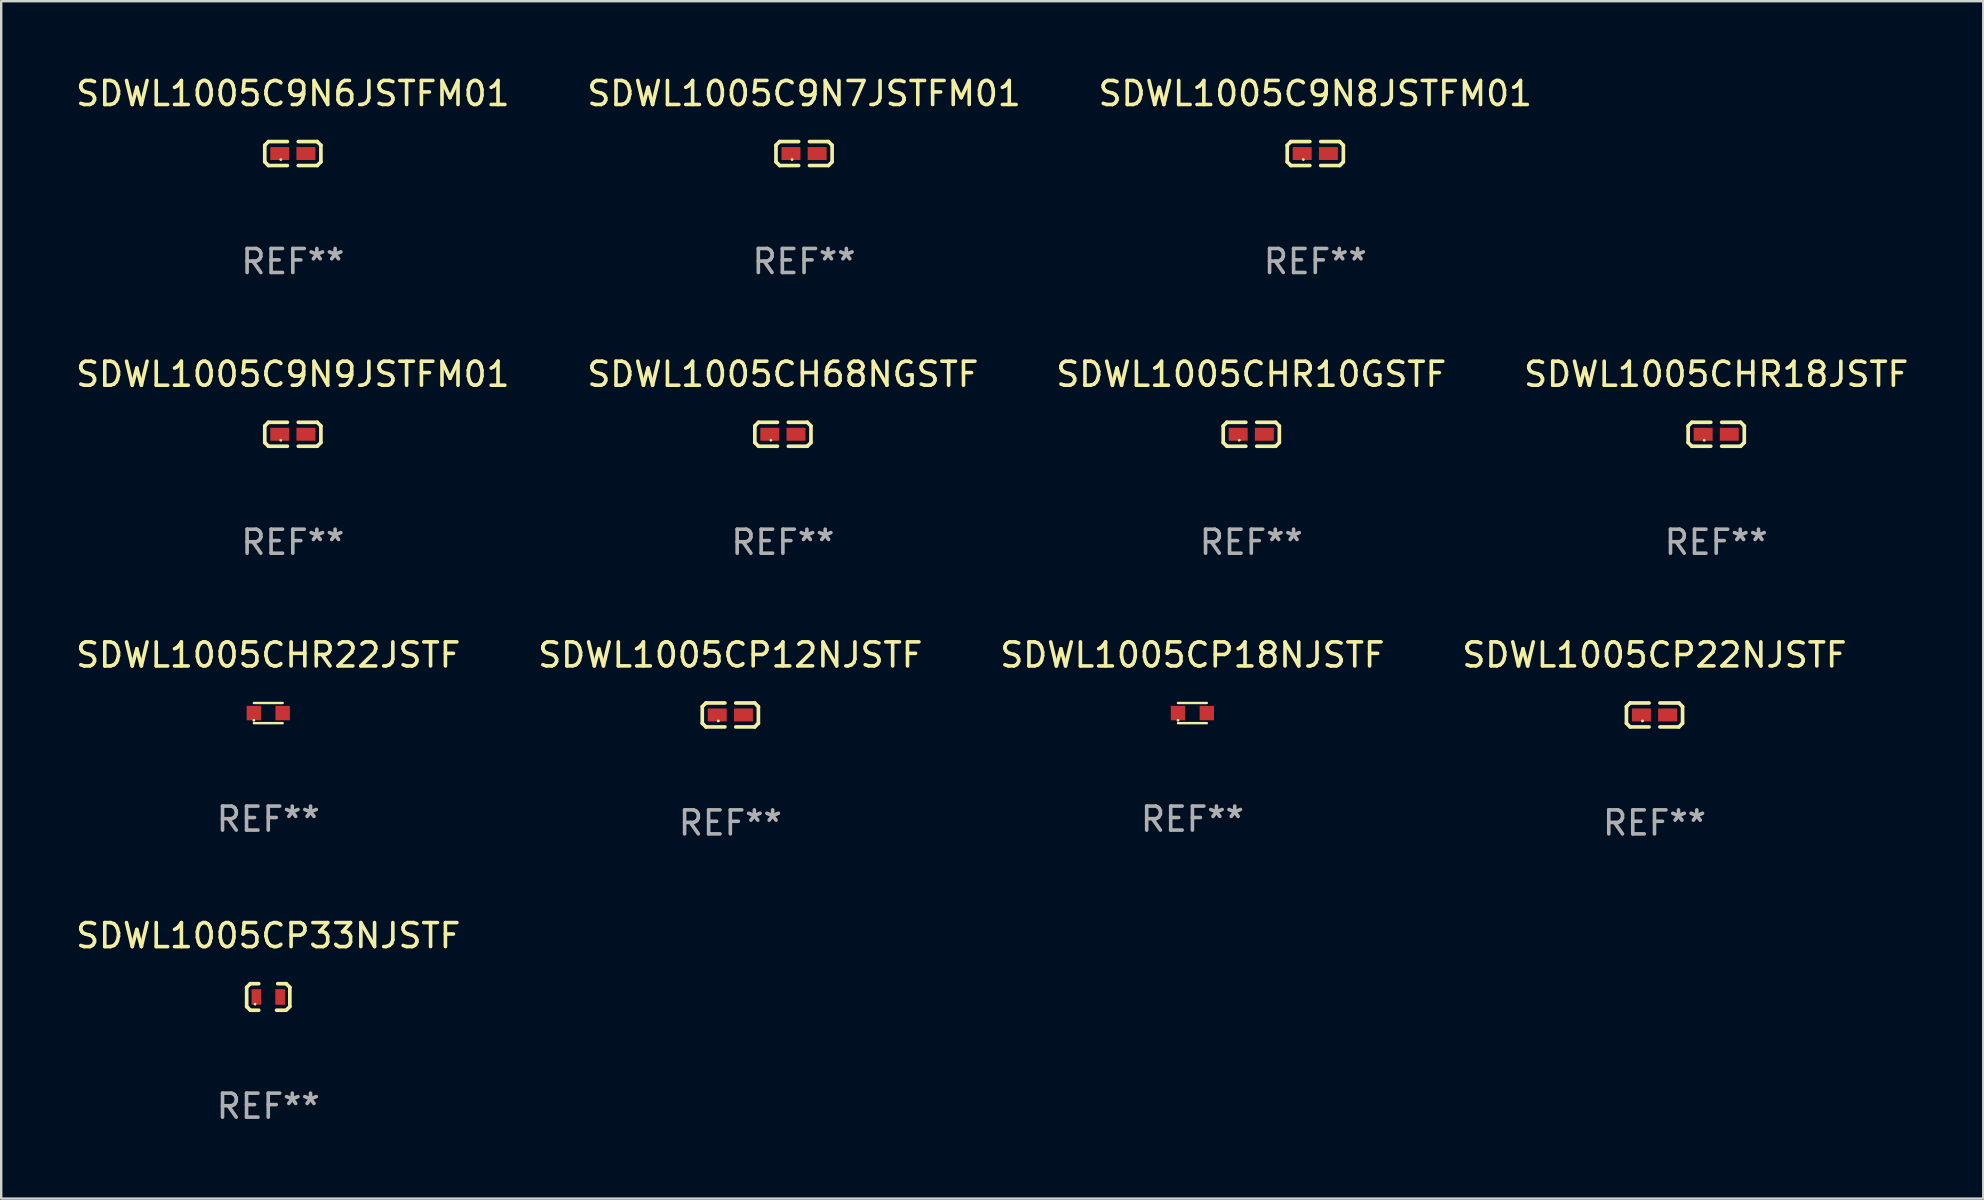
<source format=kicad_pcb>
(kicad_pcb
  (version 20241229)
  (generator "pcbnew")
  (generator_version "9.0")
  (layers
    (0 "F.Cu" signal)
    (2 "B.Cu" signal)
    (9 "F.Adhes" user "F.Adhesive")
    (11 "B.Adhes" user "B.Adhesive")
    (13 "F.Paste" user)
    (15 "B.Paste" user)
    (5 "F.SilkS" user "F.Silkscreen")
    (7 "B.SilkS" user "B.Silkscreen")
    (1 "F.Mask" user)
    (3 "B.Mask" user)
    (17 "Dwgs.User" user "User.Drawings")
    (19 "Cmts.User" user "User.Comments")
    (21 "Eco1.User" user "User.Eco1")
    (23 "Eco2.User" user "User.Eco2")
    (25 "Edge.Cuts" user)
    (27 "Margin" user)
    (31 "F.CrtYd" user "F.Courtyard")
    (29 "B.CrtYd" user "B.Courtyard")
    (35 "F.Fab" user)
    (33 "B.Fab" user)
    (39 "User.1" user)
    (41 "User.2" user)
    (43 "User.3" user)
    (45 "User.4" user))
  (footprint "SDWL1005CHR10GSTF"
    (layer "F.Cu")
    (at 49.077 15.041)
    (property "Reference" "SDWL1005CHR10GSTF" (at 0 -2.499 0) (layer "F.SilkS") (effects (font (size 1 1) (thickness 0.15))))
    (attr through_hole)
    (fp_line (start -1.169 -0.346) (end -1.016 -0.499) (stroke (width 0.152) (type solid)) (layer "F.SilkS"))
    (fp_line (start -1.169 0.346) (end -1.169 -0.346) (stroke (width 0.152) (type solid)) (layer "F.SilkS"))
    (fp_line (start -1.016 -0.499) (end -0.226 -0.499) (stroke (width 0.152) (type solid)) (layer "F.SilkS"))
    (fp_line (start -1.016 0.499) (end -1.169 0.346) (stroke (width 0.152) (type solid)) (layer "F.SilkS"))
    (fp_line (start -0.226 0.499) (end -1.016 0.499) (stroke (width 0.152) (type solid)) (layer "F.SilkS"))
    (fp_line (start 0.226 0.499) (end 1.016 0.499) (stroke (width 0.152) (type solid)) (layer "F.SilkS"))
    (fp_line (start 1.016 -0.499) (end 0.226 -0.499) (stroke (width 0.152) (type solid)) (layer "F.SilkS"))
    (fp_line (start 1.016 0.499) (end 1.169 0.346) (stroke (width 0.152) (type solid)) (layer "F.SilkS"))
    (fp_line (start 1.169 -0.346) (end 1.016 -0.499) (stroke (width 0.152) (type solid)) (layer "F.SilkS"))
    (fp_line (start 1.169 0.346) (end 1.169 -0.346) (stroke (width 0.152) (type solid)) (layer "F.SilkS"))
    (fp_circle (center -0.5 0.25) (end -0.47 0.25) (stroke (width 0.06) (type solid)) (fill no) (layer "F.SilkS"))
    (fp_text user "REF**" (at 0 4.499 0) (layer "F.Fab") (effects (font (size 1 1) (thickness 0.15))))
    (pad "1" smd rect (at -0.545 0) (size 0.79 0.54) (layers "F.Cu" "F.Mask" "F.Paste"))
    (pad "2" smd rect (at 0.545 0) (size 0.79 0.54) (layers "F.Cu" "F.Mask" "F.Paste")))
  (footprint "SDWL1005CP12NJSTF"
    (layer "F.Cu")
    (at 27.375 26.734)
    (property "Reference" "SDWL1005CP12NJSTF" (at 0 -2.499 0) (layer "F.SilkS") (effects (font (size 1 1) (thickness 0.15))))
    (attr through_hole)
    (fp_line (start -1.169 -0.346) (end -1.016 -0.499) (stroke (width 0.152) (type solid)) (layer "F.SilkS"))
    (fp_line (start -1.169 0.346) (end -1.169 -0.346) (stroke (width 0.152) (type solid)) (layer "F.SilkS"))
    (fp_line (start -1.016 -0.499) (end -0.226 -0.499) (stroke (width 0.152) (type solid)) (layer "F.SilkS"))
    (fp_line (start -1.016 0.499) (end -1.169 0.346) (stroke (width 0.152) (type solid)) (layer "F.SilkS"))
    (fp_line (start -0.226 0.499) (end -1.016 0.499) (stroke (width 0.152) (type solid)) (layer "F.SilkS"))
    (fp_line (start 0.226 0.499) (end 1.016 0.499) (stroke (width 0.152) (type solid)) (layer "F.SilkS"))
    (fp_line (start 1.016 -0.499) (end 0.226 -0.499) (stroke (width 0.152) (type solid)) (layer "F.SilkS"))
    (fp_line (start 1.016 0.499) (end 1.169 0.346) (stroke (width 0.152) (type solid)) (layer "F.SilkS"))
    (fp_line (start 1.169 -0.346) (end 1.016 -0.499) (stroke (width 0.152) (type solid)) (layer "F.SilkS"))
    (fp_line (start 1.169 0.346) (end 1.169 -0.346) (stroke (width 0.152) (type solid)) (layer "F.SilkS"))
    (fp_circle (center -0.5 0.25) (end -0.47 0.25) (stroke (width 0.06) (type solid)) (fill no) (layer "F.SilkS"))
    (fp_text user "REF**" (at 0 4.499 0) (layer "F.Fab") (effects (font (size 1 1) (thickness 0.15))))
    (pad "1" smd rect (at -0.545 0) (size 0.79 0.54) (layers "F.Cu" "F.Mask" "F.Paste"))
    (pad "2" smd rect (at 0.545 0) (size 0.79 0.54) (layers "F.Cu" "F.Mask" "F.Paste")))
  (footprint "SDWL1005CH68NGSTF"
    (layer "F.Cu")
    (at 29.565 15.041)
    (property "Reference" "SDWL1005CH68NGSTF" (at 0 -2.499 0) (layer "F.SilkS") (effects (font (size 1 1) (thickness 0.15))))
    (attr through_hole)
    (fp_line (start -1.169 -0.346) (end -1.016 -0.499) (stroke (width 0.152) (type solid)) (layer "F.SilkS"))
    (fp_line (start -1.169 0.346) (end -1.169 -0.346) (stroke (width 0.152) (type solid)) (layer "F.SilkS"))
    (fp_line (start -1.016 -0.499) (end -0.226 -0.499) (stroke (width 0.152) (type solid)) (layer "F.SilkS"))
    (fp_line (start -1.016 0.499) (end -1.169 0.346) (stroke (width 0.152) (type solid)) (layer "F.SilkS"))
    (fp_line (start -0.226 0.499) (end -1.016 0.499) (stroke (width 0.152) (type solid)) (layer "F.SilkS"))
    (fp_line (start 0.226 0.499) (end 1.016 0.499) (stroke (width 0.152) (type solid)) (layer "F.SilkS"))
    (fp_line (start 1.016 -0.499) (end 0.226 -0.499) (stroke (width 0.152) (type solid)) (layer "F.SilkS"))
    (fp_line (start 1.016 0.499) (end 1.169 0.346) (stroke (width 0.152) (type solid)) (layer "F.SilkS"))
    (fp_line (start 1.169 -0.346) (end 1.016 -0.499) (stroke (width 0.152) (type solid)) (layer "F.SilkS"))
    (fp_line (start 1.169 0.346) (end 1.169 -0.346) (stroke (width 0.152) (type solid)) (layer "F.SilkS"))
    (fp_circle (center -0.5 0.25) (end -0.47 0.25) (stroke (width 0.06) (type solid)) (fill no) (layer "F.SilkS"))
    (fp_text user "REF**" (at 0 4.499 0) (layer "F.Fab") (effects (font (size 1 1) (thickness 0.15))))
    (pad "1" smd rect (at -0.545 0) (size 0.79 0.54) (layers "F.Cu" "F.Mask" "F.Paste"))
    (pad "2" smd rect (at 0.545 0) (size 0.79 0.54) (layers "F.Cu" "F.Mask" "F.Paste")))
  (footprint "SDWL1005CHR18JSTF"
    (layer "F.Cu")
    (at 68.446 15.041)
    (property "Reference" "SDWL1005CHR18JSTF" (at 0 -2.499 0) (layer "F.SilkS") (effects (font (size 1 1) (thickness 0.15))))
    (attr through_hole)
    (fp_line (start -1.169 -0.346) (end -1.016 -0.499) (stroke (width 0.152) (type solid)) (layer "F.SilkS"))
    (fp_line (start -1.169 0.346) (end -1.169 -0.346) (stroke (width 0.152) (type solid)) (layer "F.SilkS"))
    (fp_line (start -1.016 -0.499) (end -0.226 -0.499) (stroke (width 0.152) (type solid)) (layer "F.SilkS"))
    (fp_line (start -1.016 0.499) (end -1.169 0.346) (stroke (width 0.152) (type solid)) (layer "F.SilkS"))
    (fp_line (start -0.226 0.499) (end -1.016 0.499) (stroke (width 0.152) (type solid)) (layer "F.SilkS"))
    (fp_line (start 0.226 0.499) (end 1.016 0.499) (stroke (width 0.152) (type solid)) (layer "F.SilkS"))
    (fp_line (start 1.016 -0.499) (end 0.226 -0.499) (stroke (width 0.152) (type solid)) (layer "F.SilkS"))
    (fp_line (start 1.016 0.499) (end 1.169 0.346) (stroke (width 0.152) (type solid)) (layer "F.SilkS"))
    (fp_line (start 1.169 -0.346) (end 1.016 -0.499) (stroke (width 0.152) (type solid)) (layer "F.SilkS"))
    (fp_line (start 1.169 0.346) (end 1.169 -0.346) (stroke (width 0.152) (type solid)) (layer "F.SilkS"))
    (fp_circle (center -0.5 0.25) (end -0.47 0.25) (stroke (width 0.06) (type solid)) (fill no) (layer "F.SilkS"))
    (fp_text user "REF**" (at 0 4.499 0) (layer "F.Fab") (effects (font (size 1 1) (thickness 0.15))))
    (pad "1" smd rect (at -0.545 0) (size 0.79 0.54) (layers "F.Cu" "F.Mask" "F.Paste"))
    (pad "2" smd rect (at 0.545 0) (size 0.79 0.54) (layers "F.Cu" "F.Mask" "F.Paste")))
  (footprint "SDWL1005CHR22JSTF"
    (layer "F.Cu")
    (at 8.125 26.656)
    (property "Reference" "SDWL1005CHR22JSTF" (at 0 -2.42 0) (layer "F.SilkS") (effects (font (size 1 1) (thickness 0.15))))
    (attr through_hole)
    (fp_line (start -0.6 -0.42) (end 0.6 -0.42) (stroke (width 0.1) (type solid)) (layer "F.SilkS"))
    (fp_line (start -0.6 0.42) (end 0.6 0.42) (stroke (width 0.1) (type solid)) (layer "F.SilkS"))
    (fp_circle (center -0.6 0.3) (end -0.57 0.3) (stroke (width 0.06) (type solid)) (fill no) (layer "F.SilkS"))
    (fp_text user "REF**" (at 0 4.42 0) (layer "F.Fab") (effects (font (size 1 1) (thickness 0.15))))
    (pad "1" smd rect (at -0.6 0) (size 0.6 0.6) (layers "F.Cu" "F.Mask" "F.Paste"))
    (pad "2" smd rect (at 0.6 0) (size 0.6 0.6) (layers "F.Cu" "F.Mask" "F.Paste")))
  (footprint "SDWL1005CP18NJSTF"
    (layer "F.Cu")
    (at 46.625 26.656)
    (property "Reference" "SDWL1005CP18NJSTF" (at 0 -2.42 0) (layer "F.SilkS") (effects (font (size 1 1) (thickness 0.15))))
    (attr through_hole)
    (fp_line (start -0.6 -0.42) (end 0.6 -0.42) (stroke (width 0.1) (type solid)) (layer "F.SilkS"))
    (fp_line (start -0.6 0.42) (end 0.6 0.42) (stroke (width 0.1) (type solid)) (layer "F.SilkS"))
    (fp_circle (center -0.6 0.3) (end -0.57 0.3) (stroke (width 0.06) (type solid)) (fill no) (layer "F.SilkS"))
    (fp_text user "REF**" (at 0 4.42 0) (layer "F.Fab") (effects (font (size 1 1) (thickness 0.15))))
    (pad "1" smd rect (at -0.6 0) (size 0.6 0.6) (layers "F.Cu" "F.Mask" "F.Paste"))
    (pad "2" smd rect (at 0.6 0) (size 0.6 0.6) (layers "F.Cu" "F.Mask" "F.Paste")))
  (footprint "SDWL1005CP22NJSTF"
    (layer "F.Cu")
    (at 65.875 26.734)
    (property "Reference" "SDWL1005CP22NJSTF" (at 0 -2.499 0) (layer "F.SilkS") (effects (font (size 1 1) (thickness 0.15))))
    (attr through_hole)
    (fp_line (start -1.169 -0.346) (end -1.016 -0.499) (stroke (width 0.152) (type solid)) (layer "F.SilkS"))
    (fp_line (start -1.169 0.346) (end -1.169 -0.346) (stroke (width 0.152) (type solid)) (layer "F.SilkS"))
    (fp_line (start -1.016 -0.499) (end -0.226 -0.499) (stroke (width 0.152) (type solid)) (layer "F.SilkS"))
    (fp_line (start -1.016 0.499) (end -1.169 0.346) (stroke (width 0.152) (type solid)) (layer "F.SilkS"))
    (fp_line (start -0.226 0.499) (end -1.016 0.499) (stroke (width 0.152) (type solid)) (layer "F.SilkS"))
    (fp_line (start 0.226 0.499) (end 1.016 0.499) (stroke (width 0.152) (type solid)) (layer "F.SilkS"))
    (fp_line (start 1.016 -0.499) (end 0.226 -0.499) (stroke (width 0.152) (type solid)) (layer "F.SilkS"))
    (fp_line (start 1.016 0.499) (end 1.169 0.346) (stroke (width 0.152) (type solid)) (layer "F.SilkS"))
    (fp_line (start 1.169 -0.346) (end 1.016 -0.499) (stroke (width 0.152) (type solid)) (layer "F.SilkS"))
    (fp_line (start 1.169 0.346) (end 1.169 -0.346) (stroke (width 0.152) (type solid)) (layer "F.SilkS"))
    (fp_circle (center -0.5 0.25) (end -0.47 0.25) (stroke (width 0.06) (type solid)) (fill no) (layer "F.SilkS"))
    (fp_text user "REF**" (at 0 4.499 0) (layer "F.Fab") (effects (font (size 1 1) (thickness 0.15))))
    (pad "1" smd rect (at -0.545 0) (size 0.79 0.54) (layers "F.Cu" "F.Mask" "F.Paste"))
    (pad "2" smd rect (at 0.545 0) (size 0.79 0.54) (layers "F.Cu" "F.Mask" "F.Paste")))
  (footprint "SDWL1005C9N6JSTFM01"
    (layer "F.Cu")
    (at 9.149 3.347)
    (property "Reference" "SDWL1005C9N6JSTFM01" (at 0 -2.499 0) (layer "F.SilkS") (effects (font (size 1 1) (thickness 0.15))))
    (attr through_hole)
    (fp_line (start -1.169 -0.346) (end -1.016 -0.499) (stroke (width 0.152) (type solid)) (layer "F.SilkS"))
    (fp_line (start -1.169 0.346) (end -1.169 -0.346) (stroke (width 0.152) (type solid)) (layer "F.SilkS"))
    (fp_line (start -1.016 -0.499) (end -0.226 -0.499) (stroke (width 0.152) (type solid)) (layer "F.SilkS"))
    (fp_line (start -1.016 0.499) (end -1.169 0.346) (stroke (width 0.152) (type solid)) (layer "F.SilkS"))
    (fp_line (start -0.226 0.499) (end -1.016 0.499) (stroke (width 0.152) (type solid)) (layer "F.SilkS"))
    (fp_line (start 0.226 0.499) (end 1.016 0.499) (stroke (width 0.152) (type solid)) (layer "F.SilkS"))
    (fp_line (start 1.016 -0.499) (end 0.226 -0.499) (stroke (width 0.152) (type solid)) (layer "F.SilkS"))
    (fp_line (start 1.016 0.499) (end 1.169 0.346) (stroke (width 0.152) (type solid)) (layer "F.SilkS"))
    (fp_line (start 1.169 -0.346) (end 1.016 -0.499) (stroke (width 0.152) (type solid)) (layer "F.SilkS"))
    (fp_line (start 1.169 0.346) (end 1.169 -0.346) (stroke (width 0.152) (type solid)) (layer "F.SilkS"))
    (fp_circle (center -0.5 0.25) (end -0.47 0.25) (stroke (width 0.06) (type solid)) (fill no) (layer "F.SilkS"))
    (fp_text user "REF**" (at 0 4.499 0) (layer "F.Fab") (effects (font (size 1 1) (thickness 0.15))))
    (pad "1" smd rect (at -0.545 0) (size 0.79 0.54) (layers "F.Cu" "F.Mask" "F.Paste"))
    (pad "2" smd rect (at 0.545 0) (size 0.79 0.54) (layers "F.Cu" "F.Mask" "F.Paste")))
  (footprint "SDWL1005C9N9JSTFM01"
    (layer "F.Cu")
    (at 9.149 15.041)
    (property "Reference" "SDWL1005C9N9JSTFM01" (at 0 -2.499 0) (layer "F.SilkS") (effects (font (size 1 1) (thickness 0.15))))
    (attr through_hole)
    (fp_line (start -1.169 -0.346) (end -1.016 -0.499) (stroke (width 0.152) (type solid)) (layer "F.SilkS"))
    (fp_line (start -1.169 0.346) (end -1.169 -0.346) (stroke (width 0.152) (type solid)) (layer "F.SilkS"))
    (fp_line (start -1.016 -0.499) (end -0.226 -0.499) (stroke (width 0.152) (type solid)) (layer "F.SilkS"))
    (fp_line (start -1.016 0.499) (end -1.169 0.346) (stroke (width 0.152) (type solid)) (layer "F.SilkS"))
    (fp_line (start -0.226 0.499) (end -1.016 0.499) (stroke (width 0.152) (type solid)) (layer "F.SilkS"))
    (fp_line (start 0.226 0.499) (end 1.016 0.499) (stroke (width 0.152) (type solid)) (layer "F.SilkS"))
    (fp_line (start 1.016 -0.499) (end 0.226 -0.499) (stroke (width 0.152) (type solid)) (layer "F.SilkS"))
    (fp_line (start 1.016 0.499) (end 1.169 0.346) (stroke (width 0.152) (type solid)) (layer "F.SilkS"))
    (fp_line (start 1.169 -0.346) (end 1.016 -0.499) (stroke (width 0.152) (type solid)) (layer "F.SilkS"))
    (fp_line (start 1.169 0.346) (end 1.169 -0.346) (stroke (width 0.152) (type solid)) (layer "F.SilkS"))
    (fp_circle (center -0.5 0.25) (end -0.47 0.25) (stroke (width 0.06) (type solid)) (fill no) (layer "F.SilkS"))
    (fp_text user "REF**" (at 0 4.499 0) (layer "F.Fab") (effects (font (size 1 1) (thickness 0.15))))
    (pad "1" smd rect (at -0.545 0) (size 0.79 0.54) (layers "F.Cu" "F.Mask" "F.Paste"))
    (pad "2" smd rect (at 0.545 0) (size 0.79 0.54) (layers "F.Cu" "F.Mask" "F.Paste")))
  (footprint "SDWL1005C9N7JSTFM01"
    (layer "F.Cu")
    (at 30.446 3.347)
    (property "Reference" "SDWL1005C9N7JSTFM01" (at 0 -2.499 0) (layer "F.SilkS") (effects (font (size 1 1) (thickness 0.15))))
    (attr through_hole)
    (fp_line (start -1.169 -0.346) (end -1.016 -0.499) (stroke (width 0.152) (type solid)) (layer "F.SilkS"))
    (fp_line (start -1.169 0.346) (end -1.169 -0.346) (stroke (width 0.152) (type solid)) (layer "F.SilkS"))
    (fp_line (start -1.016 -0.499) (end -0.226 -0.499) (stroke (width 0.152) (type solid)) (layer "F.SilkS"))
    (fp_line (start -1.016 0.499) (end -1.169 0.346) (stroke (width 0.152) (type solid)) (layer "F.SilkS"))
    (fp_line (start -0.226 0.499) (end -1.016 0.499) (stroke (width 0.152) (type solid)) (layer "F.SilkS"))
    (fp_line (start 0.226 0.499) (end 1.016 0.499) (stroke (width 0.152) (type solid)) (layer "F.SilkS"))
    (fp_line (start 1.016 -0.499) (end 0.226 -0.499) (stroke (width 0.152) (type solid)) (layer "F.SilkS"))
    (fp_line (start 1.016 0.499) (end 1.169 0.346) (stroke (width 0.152) (type solid)) (layer "F.SilkS"))
    (fp_line (start 1.169 -0.346) (end 1.016 -0.499) (stroke (width 0.152) (type solid)) (layer "F.SilkS"))
    (fp_line (start 1.169 0.346) (end 1.169 -0.346) (stroke (width 0.152) (type solid)) (layer "F.SilkS"))
    (fp_circle (center -0.5 0.25) (end -0.47 0.25) (stroke (width 0.06) (type solid)) (fill no) (layer "F.SilkS"))
    (fp_text user "REF**" (at 0 4.499 0) (layer "F.Fab") (effects (font (size 1 1) (thickness 0.15))))
    (pad "1" smd rect (at -0.545 0) (size 0.79 0.54) (layers "F.Cu" "F.Mask" "F.Paste"))
    (pad "2" smd rect (at 0.545 0) (size 0.79 0.54) (layers "F.Cu" "F.Mask" "F.Paste")))
  (footprint "SDWL1005C9N8JSTFM01"
    (layer "F.Cu")
    (at 51.744 3.347)
    (property "Reference" "SDWL1005C9N8JSTFM01" (at 0 -2.499 0) (layer "F.SilkS") (effects (font (size 1 1) (thickness 0.15))))
    (attr through_hole)
    (fp_line (start -1.169 -0.346) (end -1.016 -0.499) (stroke (width 0.152) (type solid)) (layer "F.SilkS"))
    (fp_line (start -1.169 0.346) (end -1.169 -0.346) (stroke (width 0.152) (type solid)) (layer "F.SilkS"))
    (fp_line (start -1.016 -0.499) (end -0.226 -0.499) (stroke (width 0.152) (type solid)) (layer "F.SilkS"))
    (fp_line (start -1.016 0.499) (end -1.169 0.346) (stroke (width 0.152) (type solid)) (layer "F.SilkS"))
    (fp_line (start -0.226 0.499) (end -1.016 0.499) (stroke (width 0.152) (type solid)) (layer "F.SilkS"))
    (fp_line (start 0.226 0.499) (end 1.016 0.499) (stroke (width 0.152) (type solid)) (layer "F.SilkS"))
    (fp_line (start 1.016 -0.499) (end 0.226 -0.499) (stroke (width 0.152) (type solid)) (layer "F.SilkS"))
    (fp_line (start 1.016 0.499) (end 1.169 0.346) (stroke (width 0.152) (type solid)) (layer "F.SilkS"))
    (fp_line (start 1.169 -0.346) (end 1.016 -0.499) (stroke (width 0.152) (type solid)) (layer "F.SilkS"))
    (fp_line (start 1.169 0.346) (end 1.169 -0.346) (stroke (width 0.152) (type solid)) (layer "F.SilkS"))
    (fp_circle (center -0.5 0.25) (end -0.47 0.25) (stroke (width 0.06) (type solid)) (fill no) (layer "F.SilkS"))
    (fp_text user "REF**" (at 0 4.499 0) (layer "F.Fab") (effects (font (size 1 1) (thickness 0.15))))
    (pad "1" smd rect (at -0.545 0) (size 0.79 0.54) (layers "F.Cu" "F.Mask" "F.Paste"))
    (pad "2" smd rect (at 0.545 0) (size 0.79 0.54) (layers "F.Cu" "F.Mask" "F.Paste")))
  (footprint "SDWL1005CP33NJSTF"
    (layer "F.Cu")
    (at 8.125 38.482)
    (property "Reference" "SDWL1005CP33NJSTF" (at 0 -2.553 0) (layer "F.SilkS") (effects (font (size 1 1) (thickness 0.15))))
    (attr through_hole)
    (fp_line (start -0.899 -0.4) (end -0.899 0.4) (stroke (width 0.152) (type solid)) (layer "F.SilkS"))
    (fp_line (start -0.899 0.4) (end -0.747 0.553) (stroke (width 0.152) (type solid)) (layer "F.SilkS"))
    (fp_line (start -0.747 -0.553) (end -0.899 -0.4) (stroke (width 0.152) (type solid)) (layer "F.SilkS"))
    (fp_line (start -0.747 0.553) (end -0.396 0.553) (stroke (width 0.152) (type solid)) (layer "F.SilkS"))
    (fp_line (start -0.396 -0.553) (end -0.747 -0.553) (stroke (width 0.152) (type solid)) (layer "F.SilkS"))
    (fp_line (start 0.396 -0.553) (end 0.747 -0.553) (stroke (width 0.152) (type solid)) (layer "F.SilkS"))
    (fp_line (start 0.697 0.553) (end 0.346 0.553) (stroke (width 0.152) (type solid)) (layer "F.SilkS"))
    (fp_line (start 0.747 -0.553) (end 0.899 -0.4) (stroke (width 0.152) (type solid)) (layer "F.SilkS"))
    (fp_line (start 0.899 -0.4) (end 0.899 0.4) (stroke (width 0.152) (type solid)) (layer "F.SilkS"))
    (fp_line (start 0.899 0.4) (end 0.747 0.553) (stroke (width 0.152) (type solid)) (layer "F.SilkS"))
    (fp_circle (center -0.55 0.3) (end -0.52 0.3) (stroke (width 0.06) (type solid)) (fill no) (layer "F.SilkS"))
    (fp_text user "REF**" (at 0 4.553 0) (layer "F.Fab") (effects (font (size 1 1) (thickness 0.15))))
    (pad "1" smd rect (at -0.495 0) (size 0.4 0.648) (layers "F.Cu" "F.Mask" "F.Paste"))
    (pad "2" smd rect (at 0.495 0) (size 0.4 0.648) (layers "F.Cu" "F.Mask" "F.Paste")))
  (gr_rect
    (start -3 -3)
    (end 79.571 46.883)
    (stroke (width 0.1) (type default))
    (fill no)
    (layer "Edge.Cuts")))
</source>
